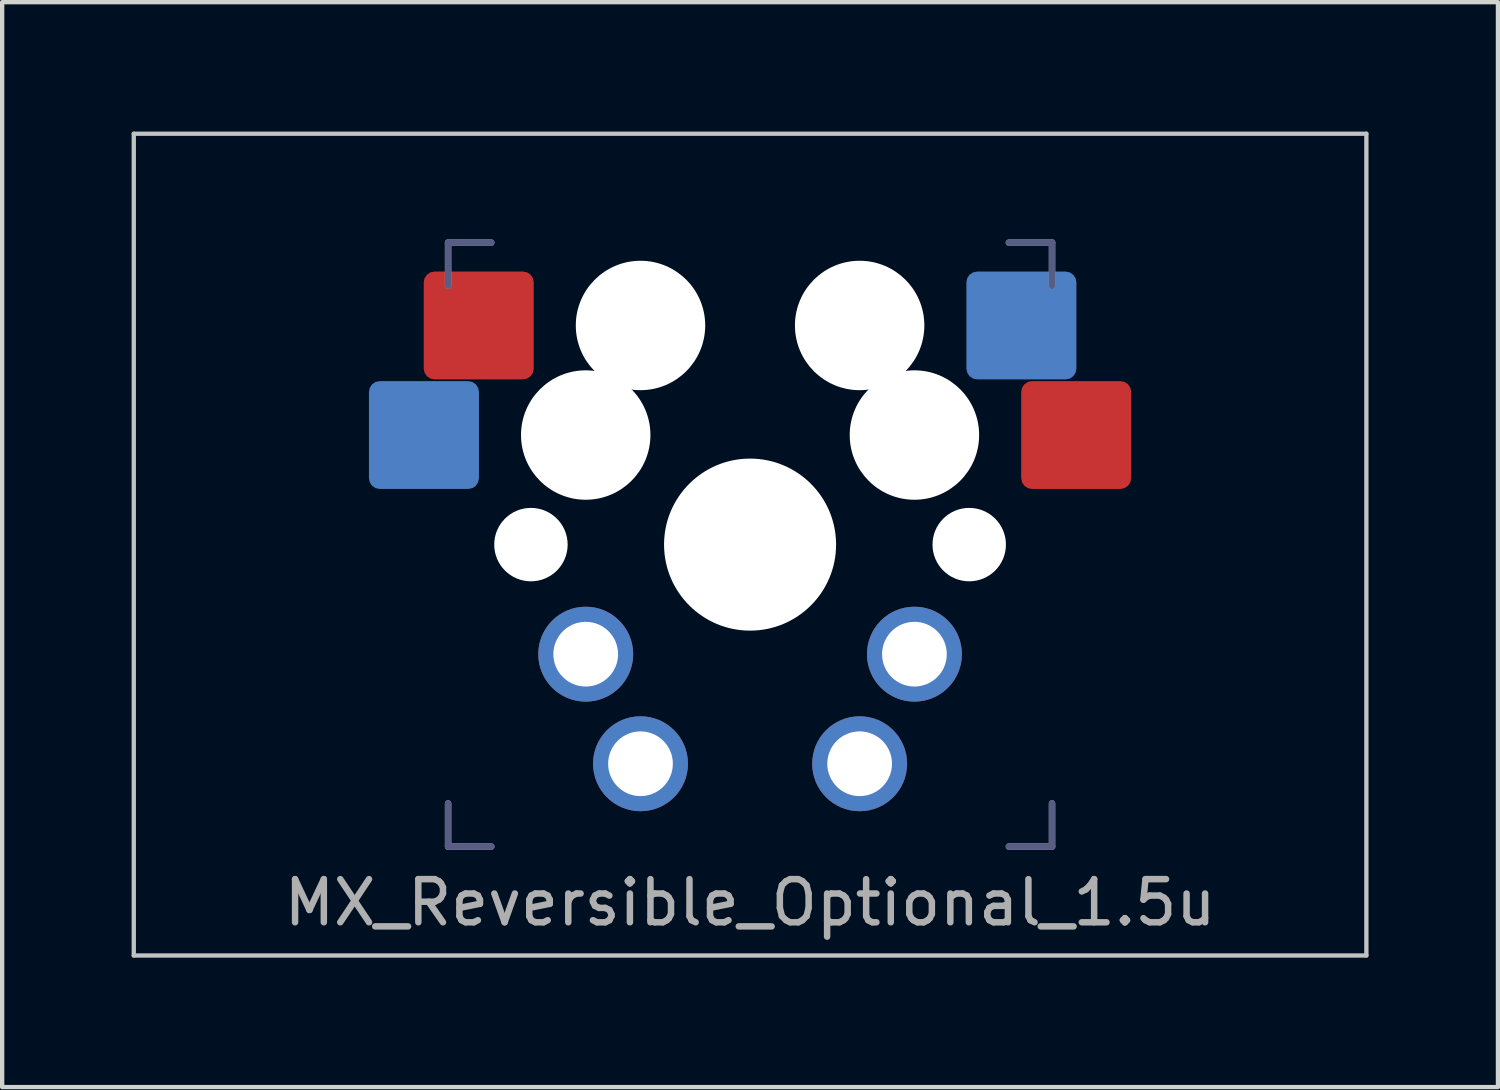
<source format=kicad_pcb>
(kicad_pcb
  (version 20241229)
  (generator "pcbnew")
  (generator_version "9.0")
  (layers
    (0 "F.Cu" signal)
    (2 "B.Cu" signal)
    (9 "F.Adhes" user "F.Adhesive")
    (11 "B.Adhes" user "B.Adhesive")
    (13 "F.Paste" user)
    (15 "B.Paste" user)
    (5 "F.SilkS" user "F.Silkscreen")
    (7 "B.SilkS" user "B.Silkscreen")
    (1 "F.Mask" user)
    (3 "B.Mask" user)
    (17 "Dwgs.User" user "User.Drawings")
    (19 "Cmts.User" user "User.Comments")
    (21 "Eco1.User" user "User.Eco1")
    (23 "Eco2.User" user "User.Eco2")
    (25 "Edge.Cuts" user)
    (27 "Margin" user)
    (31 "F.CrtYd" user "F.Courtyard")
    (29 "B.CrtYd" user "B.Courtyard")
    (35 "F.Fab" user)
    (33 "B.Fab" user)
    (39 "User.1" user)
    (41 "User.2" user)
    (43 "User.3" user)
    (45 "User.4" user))
  (footprint "MX_Reversible_Optional_1.5u"
    (layer "F.Cu")
    (at 14.338 9.575)
    (property "Reference" "MX_Reversible_Optional_1.5u" (at 0 8.3 0) (layer "F.Fab") (effects (font (size 1 1) (thickness 0.15))))
    (attr through_hole)
    (fp_line (start -14.287 -9.525) (end -14.287 9.525) (stroke (width 0.1) (type solid)) (layer "Dwgs.User"))
    (fp_line (start -14.287 -9.525) (end 14.287 -9.525) (stroke (width 0.1) (type solid)) (layer "Dwgs.User"))
    (fp_line (start -14.287 9.525) (end 14.287 9.525) (stroke (width 0.1) (type solid)) (layer "Dwgs.User"))
    (fp_line (start 14.287 9.525) (end 14.287 -9.525) (stroke (width 0.1) (type solid)) (layer "Dwgs.User"))
    (fp_line (start -7.5 -7.5) (end 7.5 -7.5) (stroke (width 0.15) (type solid)) (layer "Eco2.User"))
    (fp_line (start -7.5 7.5) (end -7.5 -7.5) (stroke (width 0.15) (type solid)) (layer "Eco2.User"))
    (fp_line (start -6.9 6.9) (end -6.9 -6.9) (stroke (width 0.15) (type solid)) (layer "Eco2.User"))
    (fp_line (start -6.9 6.9) (end 6.9 6.9) (stroke (width 0.15) (type solid)) (layer "Eco2.User"))
    (fp_line (start 6.9 -6.9) (end -6.9 -6.9) (stroke (width 0.15) (type solid)) (layer "Eco2.User"))
    (fp_line (start 6.9 -6.9) (end 6.9 6.9) (stroke (width 0.15) (type solid)) (layer "Eco2.User"))
    (fp_line (start 7.5 -7.5) (end 7.5 7.5) (stroke (width 0.15) (type solid)) (layer "Eco2.User"))
    (fp_line (start 7.5 7.5) (end -7.5 7.5) (stroke (width 0.15) (type solid)) (layer "Eco2.User"))
    (fp_line (start -7 -7) (end -6 -7) (stroke (width 0.15) (type solid)) (layer "B.Fab"))
    (fp_line (start -7 -6) (end -7 -7) (stroke (width 0.15) (type solid)) (layer "B.Fab"))
    (fp_line (start -7 7) (end -7 6) (stroke (width 0.15) (type solid)) (layer "B.Fab"))
    (fp_line (start -6 7) (end -7 7) (stroke (width 0.15) (type solid)) (layer "B.Fab"))
    (fp_line (start 6 -7) (end 7 -7) (stroke (width 0.15) (type solid)) (layer "B.Fab"))
    (fp_line (start 7 -7) (end 7 -6) (stroke (width 0.15) (type solid)) (layer "B.Fab"))
    (fp_line (start 7 6) (end 7 7) (stroke (width 0.15) (type solid)) (layer "B.Fab"))
    (fp_line (start 7 7) (end 6 7) (stroke (width 0.15) (type solid)) (layer "B.Fab"))
    (fp_line (start -7 -7) (end -6 -7) (stroke (width 0.15) (type solid)) (layer "F.Fab"))
    (fp_line (start -7 -6) (end -7 -7) (stroke (width 0.15) (type solid)) (layer "F.Fab"))
    (fp_line (start -7 7) (end -7 6) (stroke (width 0.15) (type solid)) (layer "F.Fab"))
    (fp_line (start -6 7) (end -7 7) (stroke (width 0.15) (type solid)) (layer "F.Fab"))
    (fp_line (start 6 -7) (end 7 -7) (stroke (width 0.15) (type solid)) (layer "F.Fab"))
    (fp_line (start 7 -7) (end 7 -6) (stroke (width 0.15) (type solid)) (layer "F.Fab"))
    (fp_line (start 7 6) (end 7 7) (stroke (width 0.15) (type solid)) (layer "F.Fab"))
    (fp_line (start 7 7) (end 6 7) (stroke (width 0.15) (type solid)) (layer "F.Fab"))
    (pad "" np_thru_hole circle (at -5.08 0) (size 1.702 1.702) (drill 1.702) (layers "*.Cu" "*.Mask"))
    (pad "" np_thru_hole circle (at -3.81 -2.54 180) (size 3 3) (drill 3) (layers "*.Cu" "*.Mask"))
    (pad "" np_thru_hole circle (at -2.54 -5.08) (size 3 3) (drill 3) (layers "*.Cu" "*.Mask"))
    (pad "" np_thru_hole circle (at 0 0) (size 3.988 3.988) (drill 3.988) (layers "*.Cu" "*.Mask"))
    (pad "" np_thru_hole circle (at 2.54 -5.08 180) (size 3 3) (drill 3) (layers "*.Cu" "*.Mask"))
    (pad "" np_thru_hole circle (at 3.81 -2.54) (size 3 3) (drill 3) (layers "*.Cu" "*.Mask"))
    (pad "" np_thru_hole circle (at 5.08 0) (size 1.702 1.702) (drill 1.702) (layers "*.Cu" "*.Mask"))
    (pad "1" smd roundrect (at -6.29 -5.08) (size 2.55 2.5) (layers "F.Cu" "F.Mask" "F.Paste") (roundrect_rratio 0.1))
    (pad "1" thru_hole circle (at -3.81 2.54) (size 2.2 2.2) (drill 1.5) (layers "*.Cu" "*.Mask"))
    (pad "1" thru_hole circle (at 3.81 2.54) (size 2.2 2.2) (drill 1.5) (layers "*.Cu" "*.Mask"))
    (pad "1" smd roundrect (at 6.29 -5.08 180) (size 2.55 2.5) (layers "B.Cu" "B.Mask" "B.Paste") (roundrect_rratio 0.1))
    (pad "2" smd roundrect (at -7.56 -2.54 180) (size 2.55 2.5) (layers "B.Cu" "B.Mask" "B.Paste") (roundrect_rratio 0.1))
    (pad "2" thru_hole circle (at -2.54 5.08) (size 2.2 2.2) (drill 1.5) (layers "*.Cu" "*.Mask"))
    (pad "2" thru_hole circle (at 2.54 5.08) (size 2.2 2.2) (drill 1.5) (layers "*.Cu" "*.Mask"))
    (pad "2" smd roundrect (at 7.56 -2.54) (size 2.55 2.5) (layers "F.Cu" "F.Mask" "F.Paste") (roundrect_rratio 0.1)))
  (gr_rect
    (start -3 -3)
    (end 31.675 22.15)
    (stroke (width 0.1) (type default))
    (fill no)
    (layer "Edge.Cuts")))
</source>
